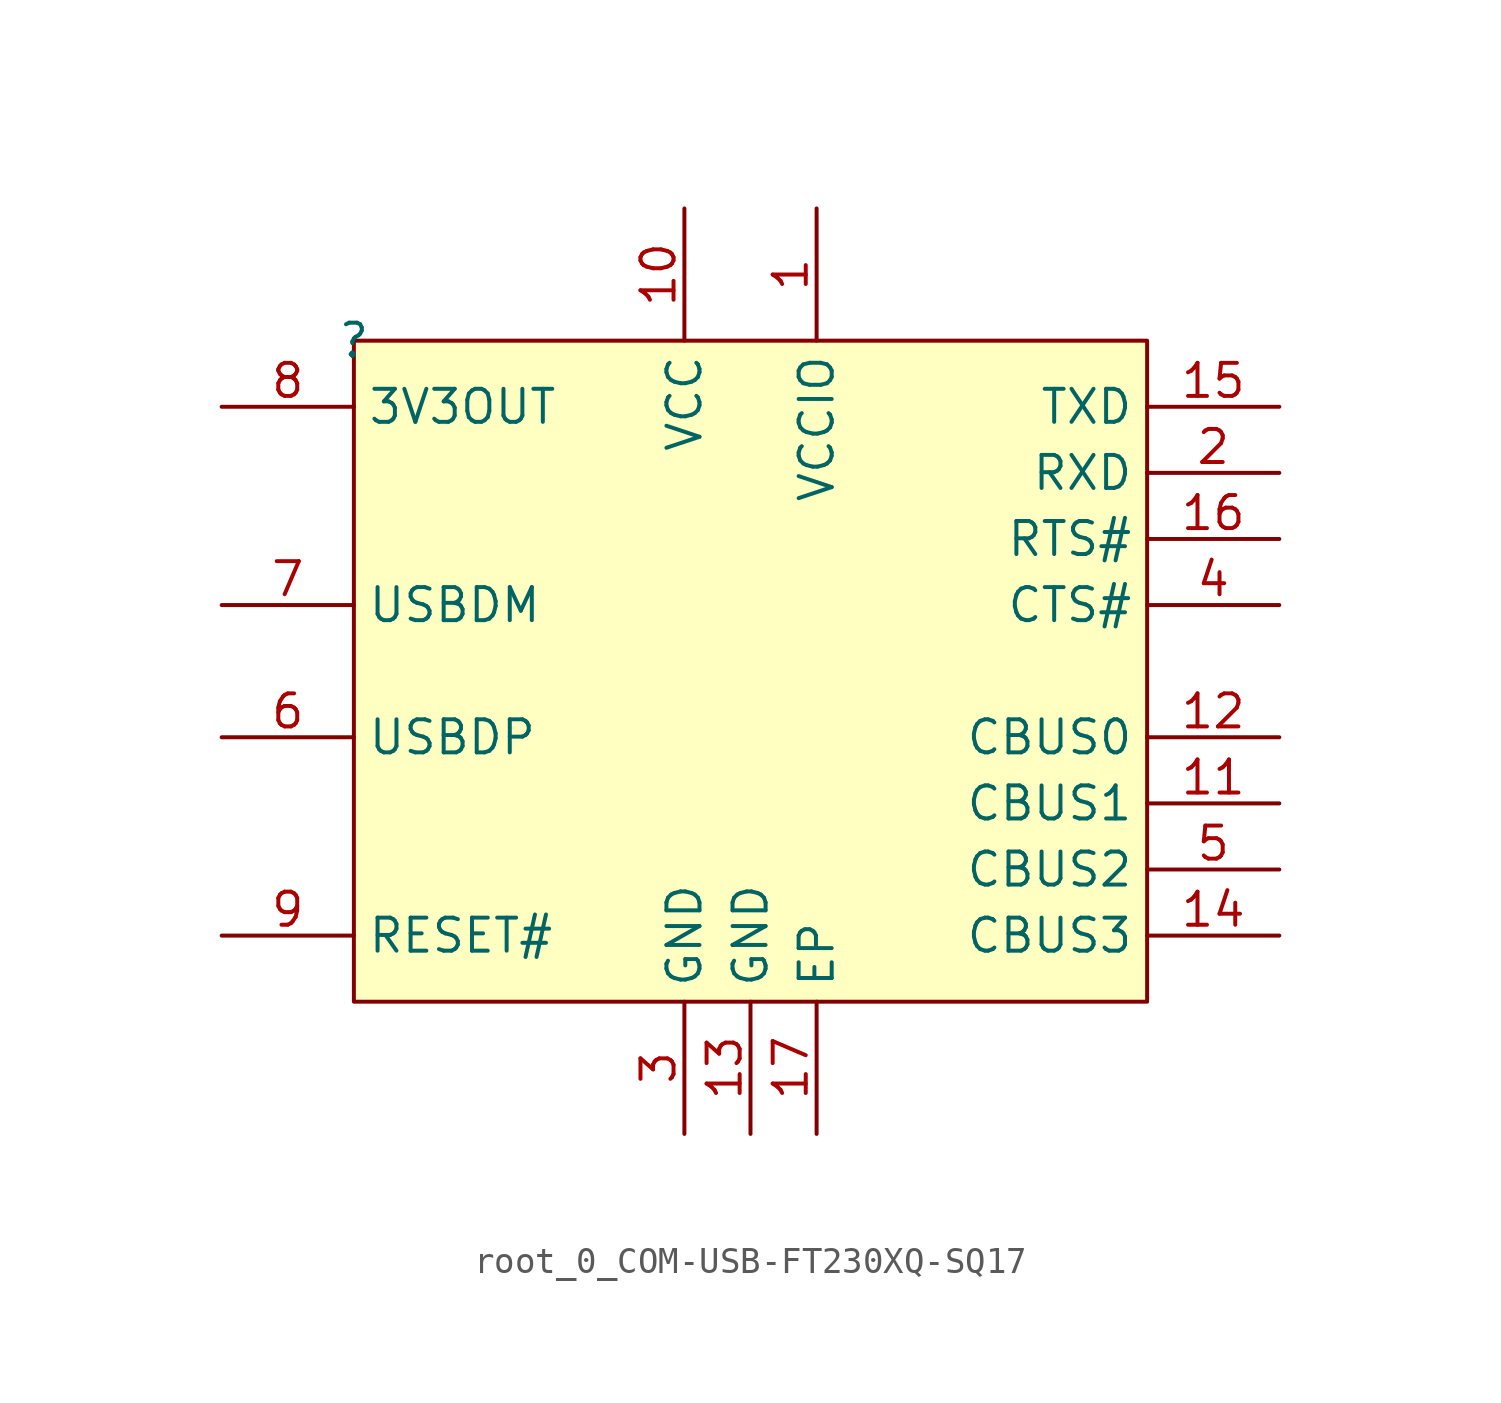
<source format=kicad_sym>
(kicad_symbol_lib
  (version 20220914)
  (generator kicad_symbol_editor)
  (symbol "root_0_COM-USB-FT230XQ-SQ17"
    (property "Reference" ""
      (at 0 0 0)
      (effects (font (size 1.27 1.27))))
    (property "Value" ""
      (at 0 0 0)
      (effects (font (size 1.27 1.27))))
    (symbol "root_0_COM-USB-FT230XQ-SQ17_1_0"
      (rectangle (start 30.48 0) (end 0 -25.4) (stroke (width 0) (type solid)) (fill (type background)))
      (pin power_in line (at 17.78 5.08 270) (length 5.08) (name "VCCIO" (effects (font (size 1.27 1.27)))) (number "1" (effects (font (size 1.27 1.27)))))
      (pin power_in line (at 12.7 5.08 270) (length 5.08) (name "VCC" (effects (font (size 1.27 1.27)))) (number "10" (effects (font (size 1.27 1.27)))))
      (pin bidirectional line (at 35.56 -17.78 180) (length 5.08) (name "CBUS1" (effects (font (size 1.27 1.27)))) (number "11" (effects (font (size 1.27 1.27)))))
      (pin bidirectional line (at 35.56 -15.24 180) (length 5.08) (name "CBUS0" (effects (font (size 1.27 1.27)))) (number "12" (effects (font (size 1.27 1.27)))))
      (pin power_in line (at 15.24 -30.48 90) (length 5.08) (name "GND" (effects (font (size 1.27 1.27)))) (number "13" (effects (font (size 1.27 1.27)))))
      (pin bidirectional line (at 35.56 -22.86 180) (length 5.08) (name "CBUS3" (effects (font (size 1.27 1.27)))) (number "14" (effects (font (size 1.27 1.27)))))
      (pin output line (at 35.56 -2.54 180) (length 5.08) (name "TXD" (effects (font (size 1.27 1.27)))) (number "15" (effects (font (size 1.27 1.27)))))
      (pin output line (at 35.56 -7.62 180) (length 5.08) (name "RTS#" (effects (font (size 1.27 1.27)))) (number "16" (effects (font (size 1.27 1.27)))))
      (pin power_in line (at 17.78 -30.48 90) (length 5.08) (name "EP" (effects (font (size 1.27 1.27)))) (number "17" (effects (font (size 1.27 1.27)))))
      (pin input line (at 35.56 -5.08 180) (length 5.08) (name "RXD" (effects (font (size 1.27 1.27)))) (number "2" (effects (font (size 1.27 1.27)))))
      (pin power_in line (at 12.7 -30.48 90) (length 5.08) (name "GND" (effects (font (size 1.27 1.27)))) (number "3" (effects (font (size 1.27 1.27)))))
      (pin input line (at 35.56 -10.16 180) (length 5.08) (name "CTS#" (effects (font (size 1.27 1.27)))) (number "4" (effects (font (size 1.27 1.27)))))
      (pin bidirectional line (at 35.56 -20.32 180) (length 5.08) (name "CBUS2" (effects (font (size 1.27 1.27)))) (number "5" (effects (font (size 1.27 1.27)))))
      (pin input line (at -5.08 -15.24 0) (length 5.08) (name "USBDP" (effects (font (size 1.27 1.27)))) (number "6" (effects (font (size 1.27 1.27)))))
      (pin input line (at -5.08 -10.16 0) (length 5.08) (name "USBDM" (effects (font (size 1.27 1.27)))) (number "7" (effects (font (size 1.27 1.27)))))
      (pin power_in line (at -5.08 -2.54 0) (length 5.08) (name "3V3OUT" (effects (font (size 1.27 1.27)))) (number "8" (effects (font (size 1.27 1.27)))))
      (pin input line (at -5.08 -22.86 0) (length 5.08) (name "RESET#" (effects (font (size 1.27 1.27)))) (number "9" (effects (font (size 1.27 1.27))))))))
</source>
